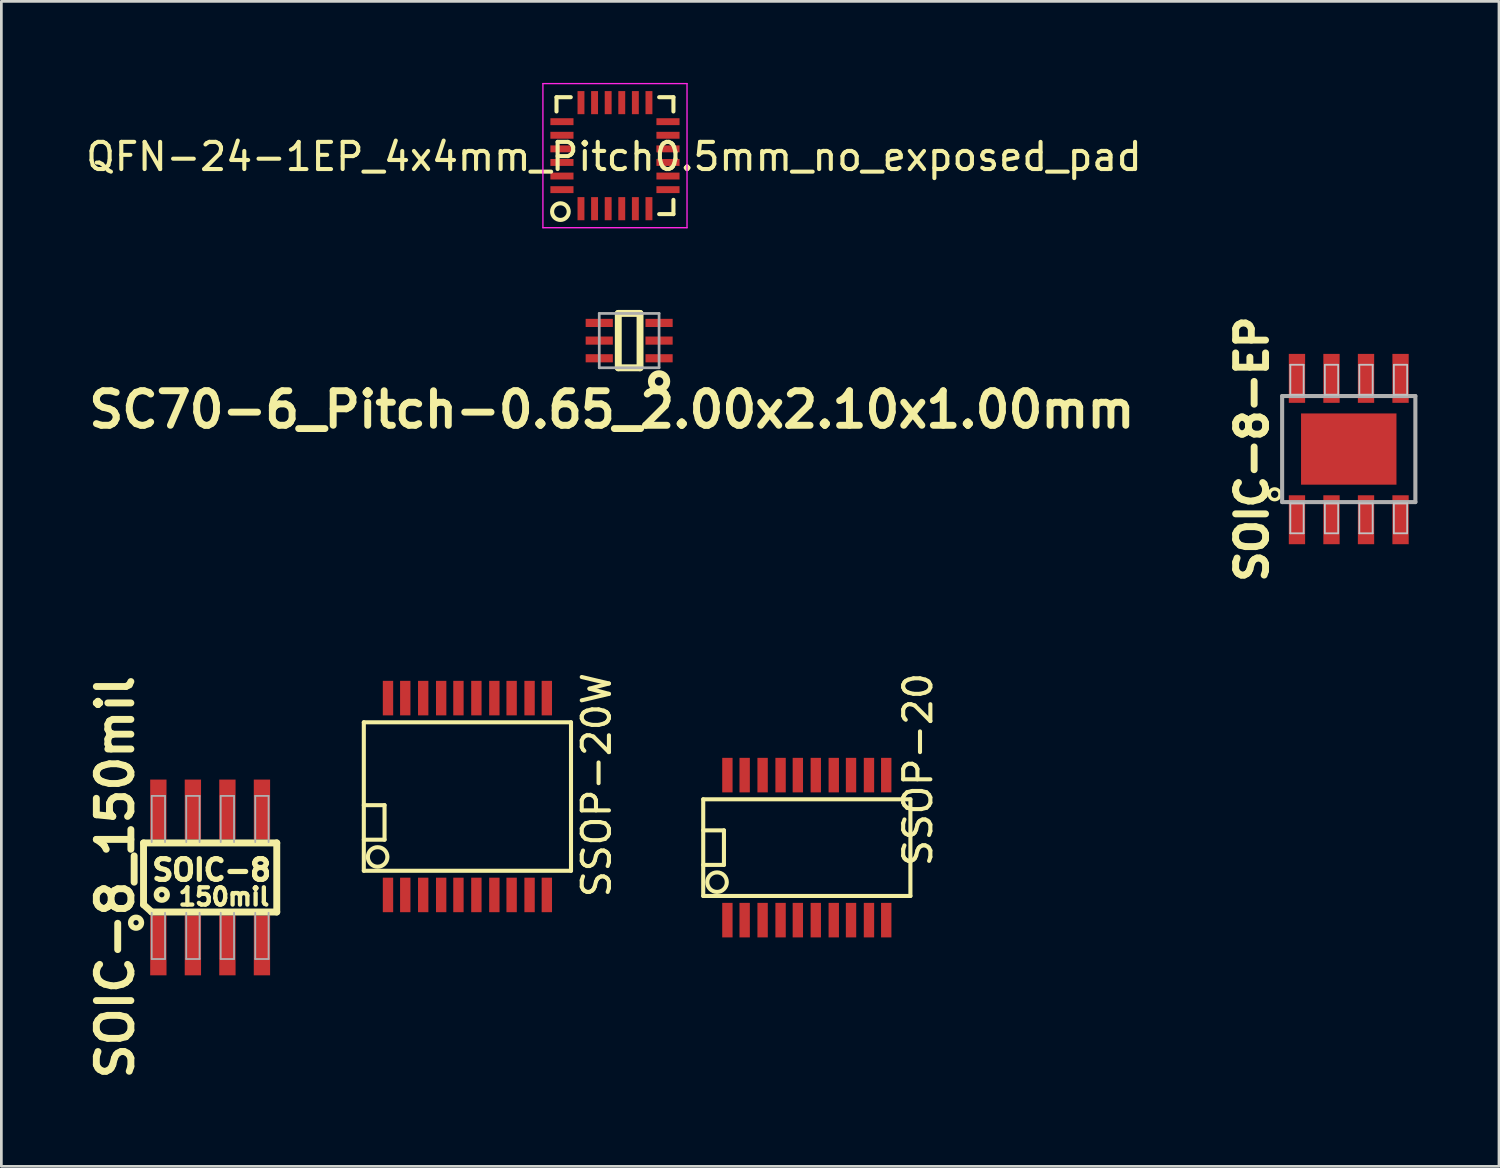
<source format=kicad_pcb>
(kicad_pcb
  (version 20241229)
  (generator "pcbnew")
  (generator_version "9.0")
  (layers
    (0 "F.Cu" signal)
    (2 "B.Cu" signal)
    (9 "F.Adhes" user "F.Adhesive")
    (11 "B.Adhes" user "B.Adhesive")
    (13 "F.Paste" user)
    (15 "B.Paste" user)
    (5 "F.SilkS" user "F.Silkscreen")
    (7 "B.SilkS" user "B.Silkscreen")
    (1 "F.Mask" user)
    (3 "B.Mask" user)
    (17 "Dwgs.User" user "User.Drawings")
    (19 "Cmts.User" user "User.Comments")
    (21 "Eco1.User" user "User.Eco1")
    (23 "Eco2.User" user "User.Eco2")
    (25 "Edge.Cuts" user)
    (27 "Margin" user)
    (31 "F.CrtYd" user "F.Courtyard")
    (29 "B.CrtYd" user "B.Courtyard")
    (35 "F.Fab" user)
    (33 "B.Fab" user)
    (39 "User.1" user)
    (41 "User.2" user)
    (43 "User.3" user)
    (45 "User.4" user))
  (footprint "QFN-24-1EP_4x4mm_Pitch0.5mm_no_exposed_pad"
    (layer "F.Cu")
    (at 19.555 2.688)
    (property "Reference" "QFN-24-1EP_4x4mm_Pitch0.5mm_no_exposed_pad" (at -0.025 0.025 180) (layer "F.SilkS") (effects (font (size 1 1) (thickness 0.15))))
    (attr smd)
    (fp_line (start -2.137 -2.163) (end -2.137 -1.638) (stroke (width 0.15) (type solid)) (layer "F.SilkS"))
    (fp_line (start -2.137 -2.163) (end -1.612 -2.163) (stroke (width 0.15) (type solid)) (layer "F.SilkS"))
    (fp_line (start 2.163 -2.163) (end 1.638 -2.163) (stroke (width 0.15) (type solid)) (layer "F.SilkS"))
    (fp_line (start 2.163 -2.163) (end 2.163 -1.638) (stroke (width 0.15) (type solid)) (layer "F.SilkS"))
    (fp_line (start 2.163 2.137) (end 1.638 2.137) (stroke (width 0.15) (type solid)) (layer "F.SilkS"))
    (fp_line (start 2.163 2.137) (end 2.163 1.612) (stroke (width 0.15) (type solid)) (layer "F.SilkS"))
    (fp_circle (center -1.994 2.045) (end -1.791 1.816) (stroke (width 0.15) (type solid)) (fill no) (layer "F.SilkS"))
    (fp_line (start -2.637 -2.663) (end 2.663 -2.663) (stroke (width 0.05) (type solid)) (layer "F.CrtYd"))
    (fp_line (start -2.637 2.637) (end -2.637 -2.663) (stroke (width 0.05) (type solid)) (layer "F.CrtYd"))
    (fp_line (start -2.637 2.637) (end 2.663 2.637) (stroke (width 0.05) (type solid)) (layer "F.CrtYd"))
    (fp_line (start 2.663 2.637) (end 2.663 -2.663) (stroke (width 0.05) (type solid)) (layer "F.CrtYd"))
    (pad "1" smd rect (at -1.237 1.937 90) (size 0.85 0.254) (layers "F.Cu" "F.Mask" "F.Paste"))
    (pad "2" smd rect (at -0.737 1.937 90) (size 0.85 0.254) (layers "F.Cu" "F.Mask" "F.Paste"))
    (pad "3" smd rect (at -0.237 1.937 90) (size 0.85 0.254) (layers "F.Cu" "F.Mask" "F.Paste"))
    (pad "4" smd rect (at 0.263 1.937 90) (size 0.85 0.254) (layers "F.Cu" "F.Mask" "F.Paste"))
    (pad "5" smd rect (at 0.763 1.937 90) (size 0.85 0.254) (layers "F.Cu" "F.Mask" "F.Paste"))
    (pad "6" smd rect (at 1.263 1.937 90) (size 0.85 0.254) (layers "F.Cu" "F.Mask" "F.Paste"))
    (pad "7" smd rect (at 1.963 1.237 180) (size 0.85 0.254) (layers "F.Cu" "F.Mask" "F.Paste"))
    (pad "8" smd rect (at 1.963 0.737 180) (size 0.85 0.254) (layers "F.Cu" "F.Mask" "F.Paste"))
    (pad "9" smd rect (at 1.963 0.237 180) (size 0.85 0.254) (layers "F.Cu" "F.Mask" "F.Paste"))
    (pad "10" smd rect (at 1.963 -0.263 180) (size 0.85 0.254) (layers "F.Cu" "F.Mask" "F.Paste"))
    (pad "11" smd rect (at 1.963 -0.763 180) (size 0.85 0.254) (layers "F.Cu" "F.Mask" "F.Paste"))
    (pad "12" smd rect (at 1.963 -1.263 180) (size 0.85 0.254) (layers "F.Cu" "F.Mask" "F.Paste"))
    (pad "13" smd rect (at 1.263 -1.963 90) (size 0.85 0.254) (layers "F.Cu" "F.Mask" "F.Paste"))
    (pad "14" smd rect (at 0.763 -1.963 90) (size 0.85 0.254) (layers "F.Cu" "F.Mask" "F.Paste"))
    (pad "15" smd rect (at 0.263 -1.963 90) (size 0.85 0.254) (layers "F.Cu" "F.Mask" "F.Paste"))
    (pad "16" smd rect (at -0.237 -1.963 90) (size 0.85 0.254) (layers "F.Cu" "F.Mask" "F.Paste"))
    (pad "17" smd rect (at -0.737 -1.963 90) (size 0.85 0.254) (layers "F.Cu" "F.Mask" "F.Paste"))
    (pad "18" smd rect (at -1.237 -1.963 90) (size 0.85 0.254) (layers "F.Cu" "F.Mask" "F.Paste"))
    (pad "19" smd rect (at -1.937 -1.263 180) (size 0.85 0.254) (layers "F.Cu" "F.Mask" "F.Paste"))
    (pad "20" smd rect (at -1.937 -0.763 180) (size 0.85 0.254) (layers "F.Cu" "F.Mask" "F.Paste"))
    (pad "21" smd rect (at -1.937 -0.263 180) (size 0.85 0.254) (layers "F.Cu" "F.Mask" "F.Paste"))
    (pad "22" smd rect (at -1.937 0.237 180) (size 0.85 0.254) (layers "F.Cu" "F.Mask" "F.Paste"))
    (pad "23" smd rect (at -1.937 0.737 180) (size 0.85 0.254) (layers "F.Cu" "F.Mask" "F.Paste"))
    (pad "24" smd rect (at -1.937 1.237 180) (size 0.85 0.254) (layers "F.Cu" "F.Mask" "F.Paste")))
  (footprint "SOIC-8_150mil"
    (layer "F.Cu")
    (at 4.679 29.222)
    (property "Reference" "SOIC-8_150mil" (at -3.49 -0.008 90) (layer "F.SilkS") (effects (font (size 1.27 1.27) (thickness 0.254))))
    (attr smd)
    (fp_line (start -2.45 -1.27) (end 2.45 -1.27) (stroke (width 0.254) (type solid)) (layer "F.SilkS"))
    (fp_line (start -2.45 1) (end -2.45 -1.27) (stroke (width 0.254) (type solid)) (layer "F.SilkS"))
    (fp_line (start -2.15 1.27) (end -2.45 1) (stroke (width 0.254) (type solid)) (layer "F.SilkS"))
    (fp_line (start 2.45 -1.27) (end 2.45 1.27) (stroke (width 0.254) (type solid)) (layer "F.SilkS"))
    (fp_line (start 2.45 1.27) (end -2.15 1.27) (stroke (width 0.254) (type solid)) (layer "F.SilkS"))
    (fp_circle (center -2.725 1.664) (end -2.865 1.803) (stroke (width 0.203) (type solid)) (fill no) (layer "F.SilkS"))
    (fp_circle (center -1.778 0.635) (end -1.918 0.775) (stroke (width 0.203) (type solid)) (fill no) (layer "F.SilkS"))
    (fp_line (start -2.149 -3) (end -1.659 -3) (stroke (width 0.066) (type solid)) (layer "F.Fab"))
    (fp_line (start -2.149 -1.3) (end -2.149 -3) (stroke (width 0.066) (type solid)) (layer "F.Fab"))
    (fp_line (start -2.149 3) (end -2.149 1.3) (stroke (width 0.066) (type solid)) (layer "F.Fab"))
    (fp_line (start -2.149 3) (end -1.659 3) (stroke (width 0.066) (type solid)) (layer "F.Fab"))
    (fp_line (start -1.659 -1.3) (end -1.659 -3) (stroke (width 0.066) (type solid)) (layer "F.Fab"))
    (fp_line (start -1.659 3) (end -1.659 1.3) (stroke (width 0.066) (type solid)) (layer "F.Fab"))
    (fp_line (start -0.879 -3) (end -0.389 -3) (stroke (width 0.066) (type solid)) (layer "F.Fab"))
    (fp_line (start -0.879 -1.3) (end -0.879 -3) (stroke (width 0.066) (type solid)) (layer "F.Fab"))
    (fp_line (start -0.879 3) (end -0.879 1.3) (stroke (width 0.066) (type solid)) (layer "F.Fab"))
    (fp_line (start -0.879 3) (end -0.389 3) (stroke (width 0.066) (type solid)) (layer "F.Fab"))
    (fp_line (start -0.389 -1.3) (end -0.389 -3) (stroke (width 0.066) (type solid)) (layer "F.Fab"))
    (fp_line (start -0.389 3) (end -0.389 1.3) (stroke (width 0.066) (type solid)) (layer "F.Fab"))
    (fp_line (start 0.389 -3) (end 0.879 -3) (stroke (width 0.066) (type solid)) (layer "F.Fab"))
    (fp_line (start 0.389 -1.3) (end 0.389 -3) (stroke (width 0.066) (type solid)) (layer "F.Fab"))
    (fp_line (start 0.389 3) (end 0.389 1.3) (stroke (width 0.066) (type solid)) (layer "F.Fab"))
    (fp_line (start 0.389 3) (end 0.879 3) (stroke (width 0.066) (type solid)) (layer "F.Fab"))
    (fp_line (start 0.879 -1.3) (end 0.879 -3) (stroke (width 0.066) (type solid)) (layer "F.Fab"))
    (fp_line (start 0.879 3) (end 0.879 1.3) (stroke (width 0.066) (type solid)) (layer "F.Fab"))
    (fp_line (start 1.659 -3) (end 2.149 -3) (stroke (width 0.066) (type solid)) (layer "F.Fab"))
    (fp_line (start 1.659 -1.3) (end 1.659 -3) (stroke (width 0.066) (type solid)) (layer "F.Fab"))
    (fp_line (start 1.659 3) (end 1.659 1.3) (stroke (width 0.066) (type solid)) (layer "F.Fab"))
    (fp_line (start 1.659 3) (end 2.149 3) (stroke (width 0.066) (type solid)) (layer "F.Fab"))
    (fp_line (start 2.149 -1.3) (end 2.149 -3) (stroke (width 0.066) (type solid)) (layer "F.Fab"))
    (fp_line (start 2.149 3) (end 2.149 1.3) (stroke (width 0.066) (type solid)) (layer "F.Fab"))
    (fp_text user "150mil" (at 0.508 0.711 0) (layer "F.SilkS") (effects (font (size 0.635 0.635) (thickness 0.159))))
    (fp_text user "SOIC-8" (at 0.056 -0.272 0) (layer "F.SilkS") (effects (font (size 0.762 0.762) (thickness 0.191))))
    (pad "1" smd rect (at -1.905 2.5) (size 0.6 2.2) (layers "F.Cu" "F.Mask" "F.Paste"))
    (pad "2" smd rect (at -0.635 2.5) (size 0.6 2.2) (layers "F.Cu" "F.Mask" "F.Paste"))
    (pad "3" smd rect (at 0.635 2.5) (size 0.6 2.2) (layers "F.Cu" "F.Mask" "F.Paste"))
    (pad "4" smd rect (at 1.905 2.5) (size 0.6 2.2) (layers "F.Cu" "F.Mask" "F.Paste"))
    (pad "5" smd rect (at 1.905 -2.5) (size 0.6 2.2) (layers "F.Cu" "F.Mask" "F.Paste"))
    (pad "6" smd rect (at 0.635 -2.5) (size 0.6 2.2) (layers "F.Cu" "F.Mask" "F.Paste"))
    (pad "7" smd rect (at -0.635 -2.5) (size 0.6 2.2) (layers "F.Cu" "F.Mask" "F.Paste"))
    (pad "8" smd rect (at -1.905 -2.5) (size 0.6 2.2) (layers "F.Cu" "F.Mask" "F.Paste")))
  (footprint "SC70-6_Pitch-0.65_2.00x2.10x1.00mm"
    (layer "F.Cu")
    (at 20.09 9.477)
    (property "Reference" "SC70-6_Pitch-0.65_2.00x2.10x1.00mm" (at -0.635 2.54 0) (layer "F.SilkS") (effects (font (size 1.27 1.27) (thickness 0.254))))
    (attr smd)
    (fp_line (start -0.4 -1) (end -0.4 1) (stroke (width 0.254) (type solid)) (layer "F.SilkS"))
    (fp_line (start -0.4 1) (end 0.4 1) (stroke (width 0.254) (type solid)) (layer "F.SilkS"))
    (fp_line (start 0.4 -1) (end -0.4 -1) (stroke (width 0.254) (type solid)) (layer "F.SilkS"))
    (fp_line (start 0.4 1) (end 0.4 -1) (stroke (width 0.254) (type solid)) (layer "F.SilkS"))
    (fp_circle (center 1.1 1.5) (end 1.3 1.7) (stroke (width 0.254) (type solid)) (fill no) (layer "F.SilkS"))
    (fp_line (start -1.1 -1) (end -1.1 1) (stroke (width 0.1) (type solid)) (layer "F.Fab"))
    (fp_line (start -1.1 1) (end 1.1 1) (stroke (width 0.1) (type solid)) (layer "F.Fab"))
    (fp_line (start 1.1 -1) (end -1.1 -1) (stroke (width 0.1) (type solid)) (layer "F.Fab"))
    (fp_line (start 1.1 1) (end 1.1 -1) (stroke (width 0.1) (type solid)) (layer "F.Fab"))
    (pad "1" smd rect (at 1.1 0.65 90) (size 0.3 1) (layers "F.Cu" "F.Mask" "F.Paste"))
    (pad "2" smd rect (at 1.1 0 90) (size 0.3 1) (layers "F.Cu" "F.Mask" "F.Paste"))
    (pad "3" smd rect (at 1.1 -0.65 90) (size 0.3 1) (layers "F.Cu" "F.Mask" "F.Paste"))
    (pad "4" smd rect (at -1.1 -0.65 90) (size 0.3 1) (layers "F.Cu" "F.Mask" "F.Paste"))
    (pad "5" smd rect (at -1.1 0 90) (size 0.3 1) (layers "F.Cu" "F.Mask" "F.Paste"))
    (pad "6" smd rect (at -1.1 0.65 90) (size 0.3 1) (layers "F.Cu" "F.Mask" "F.Paste")))
  (footprint "SSOP-20W"
    (layer "F.Cu")
    (at 14.141 27.198)
    (property "Reference" "SSOP-20W" (at 4.75 -1.372 90) (layer "F.SilkS") (effects (font (size 1 1) (thickness 0.15))))
    (attr smd)
    (fp_line (start -3.81 -0.635) (end -3.048 -0.635) (stroke (width 0.15) (type solid)) (layer "F.SilkS"))
    (fp_line (start -3.81 1.778) (end -3.81 -3.683) (stroke (width 0.15) (type solid)) (layer "F.SilkS"))
    (fp_line (start -3.81 1.778) (end 3.81 1.778) (stroke (width 0.15) (type solid)) (layer "F.SilkS"))
    (fp_line (start -3.048 -0.635) (end -3.048 0.635) (stroke (width 0.15) (type solid)) (layer "F.SilkS"))
    (fp_line (start -3.048 0.635) (end -3.81 0.635) (stroke (width 0.15) (type solid)) (layer "F.SilkS"))
    (fp_line (start 3.81 -3.683) (end -3.81 -3.683) (stroke (width 0.15) (type solid)) (layer "F.SilkS"))
    (fp_line (start 3.81 -3.683) (end 3.81 1.778) (stroke (width 0.15) (type solid)) (layer "F.SilkS"))
    (fp_circle (center -3.302 1.27) (end -3.556 1.016) (stroke (width 0.15) (type solid)) (fill no) (layer "F.SilkS"))
    (pad "1" smd rect (at -2.921 2.667) (size 0.381 1.27) (layers "F.Cu" "F.Mask" "F.Paste"))
    (pad "2" smd rect (at -2.286 2.667) (size 0.381 1.27) (layers "F.Cu" "F.Mask" "F.Paste"))
    (pad "3" smd rect (at -1.626 2.667) (size 0.381 1.27) (layers "F.Cu" "F.Mask" "F.Paste"))
    (pad "4" smd rect (at -0.965 2.667) (size 0.381 1.27) (layers "F.Cu" "F.Mask" "F.Paste"))
    (pad "5" smd rect (at -0.33 2.667) (size 0.381 1.27) (layers "F.Cu" "F.Mask" "F.Paste"))
    (pad "6" smd rect (at 0.33 2.667) (size 0.381 1.27) (layers "F.Cu" "F.Mask" "F.Paste"))
    (pad "7" smd rect (at 0.991 2.667) (size 0.381 1.27) (layers "F.Cu" "F.Mask" "F.Paste"))
    (pad "8" smd rect (at 1.626 2.667) (size 0.381 1.27) (layers "F.Cu" "F.Mask" "F.Paste"))
    (pad "9" smd rect (at 2.286 2.667) (size 0.381 1.27) (layers "F.Cu" "F.Mask" "F.Paste"))
    (pad "10" smd rect (at 2.921 2.667) (size 0.381 1.27) (layers "F.Cu" "F.Mask" "F.Paste"))
    (pad "11" smd rect (at 2.921 -4.572) (size 0.381 1.27) (layers "F.Cu" "F.Mask" "F.Paste"))
    (pad "12" smd rect (at 2.286 -4.572) (size 0.381 1.27) (layers "F.Cu" "F.Mask" "F.Paste"))
    (pad "13" smd rect (at 1.626 -4.572) (size 0.381 1.27) (layers "F.Cu" "F.Mask" "F.Paste"))
    (pad "14" smd rect (at 0.991 -4.572) (size 0.381 1.27) (layers "F.Cu" "F.Mask" "F.Paste"))
    (pad "15" smd rect (at 0.33 -4.572) (size 0.381 1.27) (layers "F.Cu" "F.Mask" "F.Paste"))
    (pad "16" smd rect (at -0.33 -4.572) (size 0.381 1.27) (layers "F.Cu" "F.Mask" "F.Paste"))
    (pad "17" smd rect (at -0.965 -4.572) (size 0.381 1.27) (layers "F.Cu" "F.Mask" "F.Paste"))
    (pad "18" smd rect (at -1.626 -4.572) (size 0.381 1.27) (layers "F.Cu" "F.Mask" "F.Paste"))
    (pad "19" smd rect (at -2.286 -4.572) (size 0.381 1.27) (layers "F.Cu" "F.Mask" "F.Paste"))
    (pad "20" smd rect (at -2.921 -4.572) (size 0.381 1.27) (layers "F.Cu" "F.Mask" "F.Paste")))
  (footprint "SOIC-8-EP"
    (layer "F.Cu")
    (at 46.556 13.466)
    (property "Reference" "SOIC-8-EP" (at -3.556 0 90) (layer "F.SilkS") (effects (font (size 1.1 1.1) (thickness 0.254))))
    (attr smd)
    (fp_circle (center -2.725 1.664) (end -2.865 1.803) (stroke (width 0.127) (type solid)) (fill no) (layer "F.SilkS"))
    (fp_line (start -2.149 -3.099) (end -1.659 -3.099) (stroke (width 0.066) (type solid)) (layer "Dwgs.User"))
    (fp_line (start -2.149 -1.999) (end -2.149 -3.099) (stroke (width 0.066) (type solid)) (layer "Dwgs.User"))
    (fp_line (start -2.149 -1.999) (end -1.659 -1.999) (stroke (width 0.066) (type solid)) (layer "Dwgs.User"))
    (fp_line (start -2.149 1.999) (end -1.659 1.999) (stroke (width 0.066) (type solid)) (layer "Dwgs.User"))
    (fp_line (start -2.149 3.099) (end -2.149 1.999) (stroke (width 0.066) (type solid)) (layer "Dwgs.User"))
    (fp_line (start -2.149 3.099) (end -1.659 3.099) (stroke (width 0.066) (type solid)) (layer "Dwgs.User"))
    (fp_line (start -1.659 -1.999) (end -1.659 -3.099) (stroke (width 0.066) (type solid)) (layer "Dwgs.User"))
    (fp_line (start -1.659 3.099) (end -1.659 1.999) (stroke (width 0.066) (type solid)) (layer "Dwgs.User"))
    (fp_line (start -0.879 -3.099) (end -0.389 -3.099) (stroke (width 0.066) (type solid)) (layer "Dwgs.User"))
    (fp_line (start -0.879 -1.999) (end -0.879 -3.099) (stroke (width 0.066) (type solid)) (layer "Dwgs.User"))
    (fp_line (start -0.879 -1.999) (end -0.389 -1.999) (stroke (width 0.066) (type solid)) (layer "Dwgs.User"))
    (fp_line (start -0.879 1.999) (end -0.389 1.999) (stroke (width 0.066) (type solid)) (layer "Dwgs.User"))
    (fp_line (start -0.879 3.099) (end -0.879 1.999) (stroke (width 0.066) (type solid)) (layer "Dwgs.User"))
    (fp_line (start -0.879 3.099) (end -0.389 3.099) (stroke (width 0.066) (type solid)) (layer "Dwgs.User"))
    (fp_line (start -0.389 -1.999) (end -0.389 -3.099) (stroke (width 0.066) (type solid)) (layer "Dwgs.User"))
    (fp_line (start -0.389 3.099) (end -0.389 1.999) (stroke (width 0.066) (type solid)) (layer "Dwgs.User"))
    (fp_line (start 0.389 -3.099) (end 0.879 -3.099) (stroke (width 0.066) (type solid)) (layer "Dwgs.User"))
    (fp_line (start 0.389 -1.999) (end 0.389 -3.099) (stroke (width 0.066) (type solid)) (layer "Dwgs.User"))
    (fp_line (start 0.389 -1.999) (end 0.879 -1.999) (stroke (width 0.066) (type solid)) (layer "Dwgs.User"))
    (fp_line (start 0.389 1.999) (end 0.879 1.999) (stroke (width 0.066) (type solid)) (layer "Dwgs.User"))
    (fp_line (start 0.389 3.099) (end 0.389 1.999) (stroke (width 0.066) (type solid)) (layer "Dwgs.User"))
    (fp_line (start 0.389 3.099) (end 0.879 3.099) (stroke (width 0.066) (type solid)) (layer "Dwgs.User"))
    (fp_line (start 0.879 -1.999) (end 0.879 -3.099) (stroke (width 0.066) (type solid)) (layer "Dwgs.User"))
    (fp_line (start 0.879 3.099) (end 0.879 1.999) (stroke (width 0.066) (type solid)) (layer "Dwgs.User"))
    (fp_line (start 1.659 -3.099) (end 2.149 -3.099) (stroke (width 0.066) (type solid)) (layer "Dwgs.User"))
    (fp_line (start 1.659 -1.999) (end 1.659 -3.099) (stroke (width 0.066) (type solid)) (layer "Dwgs.User"))
    (fp_line (start 1.659 -1.999) (end 2.149 -1.999) (stroke (width 0.066) (type solid)) (layer "Dwgs.User"))
    (fp_line (start 1.659 1.999) (end 2.149 1.999) (stroke (width 0.066) (type solid)) (layer "Dwgs.User"))
    (fp_line (start 1.659 3.099) (end 1.659 1.999) (stroke (width 0.066) (type solid)) (layer "Dwgs.User"))
    (fp_line (start 1.659 3.099) (end 2.149 3.099) (stroke (width 0.066) (type solid)) (layer "Dwgs.User"))
    (fp_line (start 2.149 -1.999) (end 2.149 -3.099) (stroke (width 0.066) (type solid)) (layer "Dwgs.User"))
    (fp_line (start 2.149 3.099) (end 2.149 1.999) (stroke (width 0.066) (type solid)) (layer "Dwgs.User"))
    (fp_line (start -2.45 -1.95) (end 2.45 -1.95) (stroke (width 0.15) (type solid)) (layer "F.Fab"))
    (fp_line (start -2.45 1.95) (end -2.45 -1.95) (stroke (width 0.15) (type solid)) (layer "F.Fab"))
    (fp_line (start 2.45 -1.95) (end 2.45 1.95) (stroke (width 0.15) (type solid)) (layer "F.Fab"))
    (fp_line (start 2.45 1.95) (end -2.45 1.95) (stroke (width 0.15) (type solid)) (layer "F.Fab"))
    (pad "1" smd rect (at -1.905 2.6) (size 0.6 1.8) (layers "F.Cu" "F.Mask" "F.Paste"))
    (pad "2" smd rect (at -0.635 2.6) (size 0.6 1.8) (layers "F.Cu" "F.Mask" "F.Paste"))
    (pad "3" smd rect (at 0.635 2.6) (size 0.6 1.8) (layers "F.Cu" "F.Mask" "F.Paste"))
    (pad "4" smd rect (at 1.905 2.6) (size 0.6 1.8) (layers "F.Cu" "F.Mask" "F.Paste"))
    (pad "5" smd rect (at 0 0 90) (size 2.62 3.51) (layers "F.Cu" "F.Mask" "F.Paste"))
    (pad "5" smd rect (at 1.905 -2.6) (size 0.6 1.8) (layers "F.Cu" "F.Mask" "F.Paste"))
    (pad "6" smd rect (at 0.635 -2.6) (size 0.6 1.8) (layers "F.Cu" "F.Mask" "F.Paste"))
    (pad "7" smd rect (at -0.635 -2.6) (size 0.6 1.8) (layers "F.Cu" "F.Mask" "F.Paste"))
    (pad "8" smd rect (at -1.905 -2.6) (size 0.6 1.8) (layers "F.Cu" "F.Mask" "F.Paste")))
  (footprint "SSOP-20"
    (layer "F.Cu")
    (at 26.624 28.125)
    (property "Reference" "SSOP-20" (at 4.089 -2.87 90) (layer "F.SilkS") (effects (font (size 1 1) (thickness 0.15))))
    (attr smd)
    (fp_line (start -3.81 -0.635) (end -3.048 -0.635) (stroke (width 0.15) (type solid)) (layer "F.SilkS"))
    (fp_line (start -3.81 1.778) (end -3.81 -1.778) (stroke (width 0.15) (type solid)) (layer "F.SilkS"))
    (fp_line (start -3.81 1.778) (end 3.81 1.778) (stroke (width 0.15) (type solid)) (layer "F.SilkS"))
    (fp_line (start -3.048 -0.635) (end -3.048 0.635) (stroke (width 0.15) (type solid)) (layer "F.SilkS"))
    (fp_line (start -3.048 0.635) (end -3.81 0.635) (stroke (width 0.15) (type solid)) (layer "F.SilkS"))
    (fp_line (start 3.81 -1.778) (end -3.81 -1.778) (stroke (width 0.15) (type solid)) (layer "F.SilkS"))
    (fp_line (start 3.81 -1.778) (end 3.81 1.778) (stroke (width 0.15) (type solid)) (layer "F.SilkS"))
    (fp_circle (center -3.302 1.27) (end -3.556 1.016) (stroke (width 0.15) (type solid)) (fill no) (layer "F.SilkS"))
    (pad "1" smd rect (at -2.921 2.667) (size 0.381 1.27) (layers "F.Cu" "F.Mask" "F.Paste"))
    (pad "2" smd rect (at -2.286 2.667) (size 0.381 1.27) (layers "F.Cu" "F.Mask" "F.Paste"))
    (pad "3" smd rect (at -1.626 2.667) (size 0.381 1.27) (layers "F.Cu" "F.Mask" "F.Paste"))
    (pad "4" smd rect (at -0.965 2.667) (size 0.381 1.27) (layers "F.Cu" "F.Mask" "F.Paste"))
    (pad "5" smd rect (at -0.33 2.667) (size 0.381 1.27) (layers "F.Cu" "F.Mask" "F.Paste"))
    (pad "6" smd rect (at 0.33 2.667) (size 0.381 1.27) (layers "F.Cu" "F.Mask" "F.Paste"))
    (pad "7" smd rect (at 0.991 2.667) (size 0.381 1.27) (layers "F.Cu" "F.Mask" "F.Paste"))
    (pad "8" smd rect (at 1.626 2.667) (size 0.381 1.27) (layers "F.Cu" "F.Mask" "F.Paste"))
    (pad "9" smd rect (at 2.286 2.667) (size 0.381 1.27) (layers "F.Cu" "F.Mask" "F.Paste"))
    (pad "10" smd rect (at 2.921 2.667) (size 0.381 1.27) (layers "F.Cu" "F.Mask" "F.Paste"))
    (pad "11" smd rect (at 2.921 -2.667) (size 0.381 1.27) (layers "F.Cu" "F.Mask" "F.Paste"))
    (pad "12" smd rect (at 2.286 -2.667) (size 0.381 1.27) (layers "F.Cu" "F.Mask" "F.Paste"))
    (pad "13" smd rect (at 1.626 -2.667) (size 0.381 1.27) (layers "F.Cu" "F.Mask" "F.Paste"))
    (pad "14" smd rect (at 0.991 -2.667) (size 0.381 1.27) (layers "F.Cu" "F.Mask" "F.Paste"))
    (pad "15" smd rect (at 0.33 -2.667) (size 0.381 1.27) (layers "F.Cu" "F.Mask" "F.Paste"))
    (pad "16" smd rect (at -0.33 -2.667) (size 0.381 1.27) (layers "F.Cu" "F.Mask" "F.Paste"))
    (pad "17" smd rect (at -0.965 -2.667) (size 0.381 1.27) (layers "F.Cu" "F.Mask" "F.Paste"))
    (pad "18" smd rect (at -1.626 -2.667) (size 0.381 1.27) (layers "F.Cu" "F.Mask" "F.Paste"))
    (pad "19" smd rect (at -2.286 -2.667) (size 0.381 1.27) (layers "F.Cu" "F.Mask" "F.Paste"))
    (pad "20" smd rect (at -2.921 -2.667) (size 0.381 1.27) (layers "F.Cu" "F.Mask" "F.Paste")))
  (gr_rect
    (start -3 -3)
    (end 52.081 39.847)
    (stroke (width 0.1) (type default))
    (fill no)
    (layer "Edge.Cuts")))
</source>
